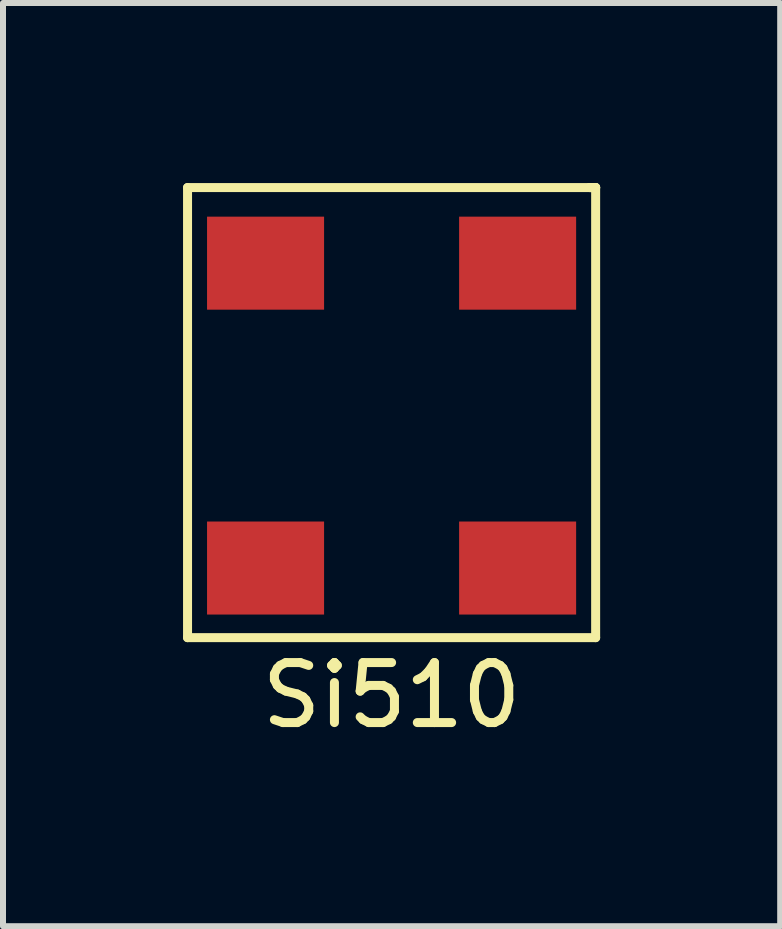
<source format=kicad_pcb>
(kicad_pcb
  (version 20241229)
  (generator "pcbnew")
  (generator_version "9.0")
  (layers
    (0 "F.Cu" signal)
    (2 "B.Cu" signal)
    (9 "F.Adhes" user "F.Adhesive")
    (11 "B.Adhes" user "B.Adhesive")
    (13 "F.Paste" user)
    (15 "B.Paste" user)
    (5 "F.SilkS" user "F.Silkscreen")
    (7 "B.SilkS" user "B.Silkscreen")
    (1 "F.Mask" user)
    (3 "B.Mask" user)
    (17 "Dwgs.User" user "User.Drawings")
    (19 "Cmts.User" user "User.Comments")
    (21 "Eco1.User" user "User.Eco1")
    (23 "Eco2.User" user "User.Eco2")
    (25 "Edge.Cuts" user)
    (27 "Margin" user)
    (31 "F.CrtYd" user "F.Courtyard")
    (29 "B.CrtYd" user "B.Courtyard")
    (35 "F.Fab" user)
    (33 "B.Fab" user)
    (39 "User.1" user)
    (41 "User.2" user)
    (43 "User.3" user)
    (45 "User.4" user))
  (footprint "Si510"
    (layer "F.Cu")
    (at 3.475 3.875)
    (property "Reference" "Si510" (at 0 4.66 0) (layer "F.SilkS") (effects (font (size 1 1) (thickness 0.15))))
    (attr through_hole)
    (fp_line (start -3.4 -3.8) (end -3.4 3.7) (stroke (width 0.15) (type solid)) (layer "F.SilkS"))
    (fp_line (start -3.4 3.7) (end 3.4 3.7) (stroke (width 0.15) (type solid)) (layer "F.SilkS"))
    (fp_line (start 3.3 -3.8) (end 3.4 -3.8) (stroke (width 0.15) (type solid)) (layer "F.SilkS"))
    (fp_line (start 3.4 -3.8) (end -3.4 -3.8) (stroke (width 0.15) (type solid)) (layer "F.SilkS"))
    (fp_line (start 3.4 -3.8) (end 3.3 -3.8) (stroke (width 0.15) (type solid)) (layer "F.SilkS"))
    (fp_line (start 3.4 3.7) (end 3.4 -3.8) (stroke (width 0.15) (type solid)) (layer "F.SilkS"))
    (pad "1" smd rect (at -2.1 -2.54) (size 1.95 1.55) (layers "F.Cu" "F.Mask" "F.Paste"))
    (pad "2" smd rect (at -2.1 2.54) (size 1.95 1.55) (layers "F.Cu" "F.Mask" "F.Paste"))
    (pad "3" smd rect (at 2.1 2.54) (size 1.95 1.55) (layers "F.Cu" "F.Mask" "F.Paste"))
    (pad "4" smd rect (at 2.1 -2.54) (size 1.95 1.55) (layers "F.Cu" "F.Mask" "F.Paste")))
  (gr_rect
    (start -3 -3)
    (end 9.95 12.383)
    (stroke (width 0.1) (type default))
    (fill no)
    (layer "Edge.Cuts")))
</source>
